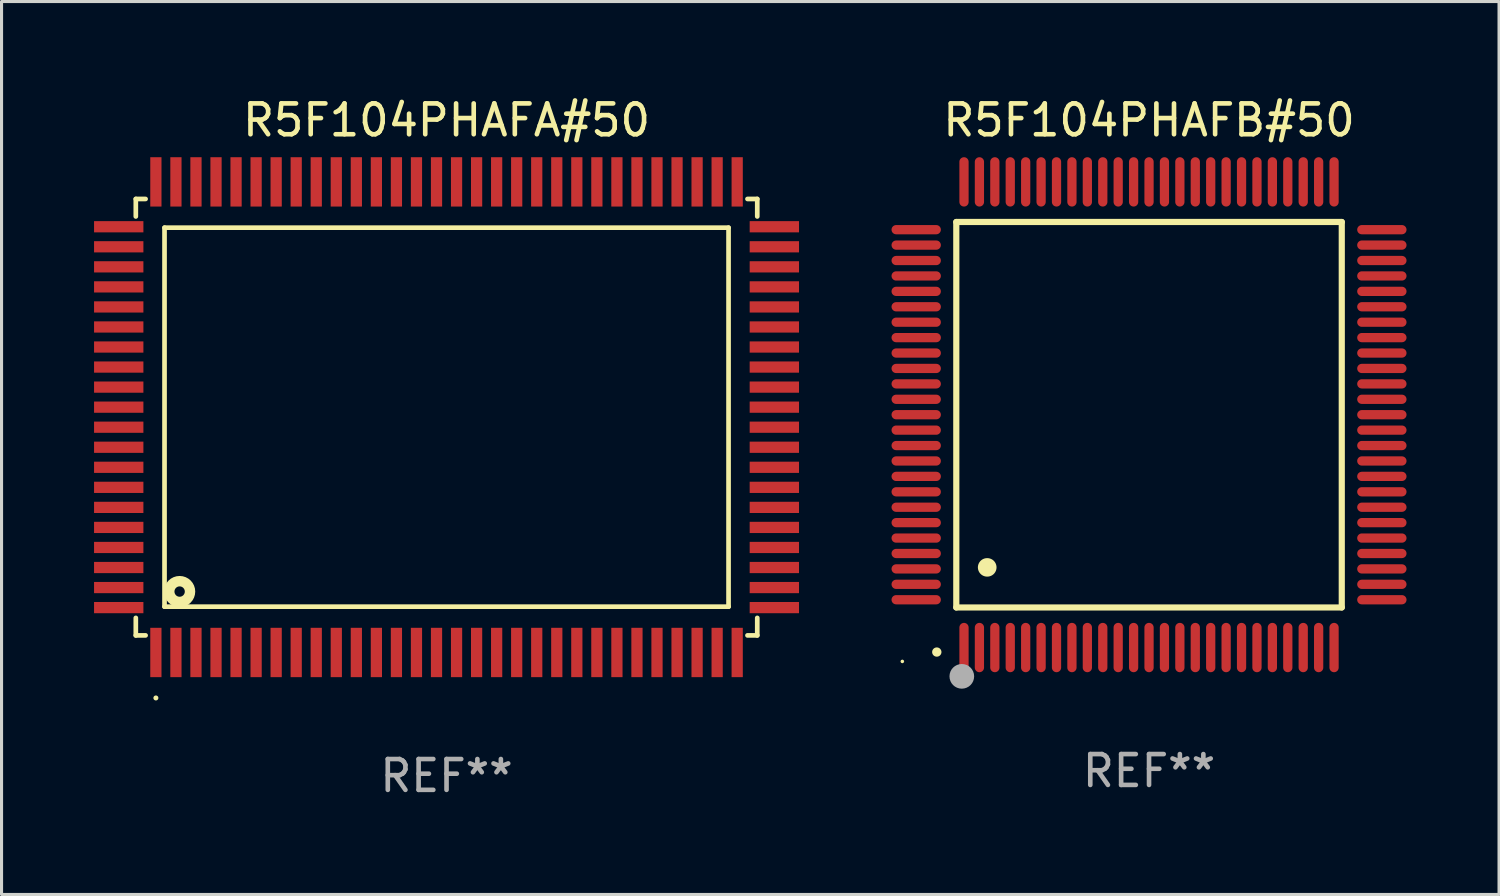
<source format=kicad_pcb>
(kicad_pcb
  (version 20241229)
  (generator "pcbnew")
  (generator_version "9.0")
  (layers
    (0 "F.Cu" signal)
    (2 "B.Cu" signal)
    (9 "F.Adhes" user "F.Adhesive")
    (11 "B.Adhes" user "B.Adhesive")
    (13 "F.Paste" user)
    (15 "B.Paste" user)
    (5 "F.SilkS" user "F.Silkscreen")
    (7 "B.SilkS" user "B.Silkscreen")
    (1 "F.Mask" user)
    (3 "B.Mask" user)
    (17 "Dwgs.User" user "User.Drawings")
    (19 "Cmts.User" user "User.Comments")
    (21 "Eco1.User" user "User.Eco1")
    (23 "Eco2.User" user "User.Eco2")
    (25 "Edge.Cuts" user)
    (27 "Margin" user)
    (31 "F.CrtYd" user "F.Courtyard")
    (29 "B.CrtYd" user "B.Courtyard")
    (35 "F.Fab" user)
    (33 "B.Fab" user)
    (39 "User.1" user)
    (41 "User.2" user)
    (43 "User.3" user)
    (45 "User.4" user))
  (footprint "R5F104PHAFB#50"
    (layer "F.Cu")
    (at 34.21 10.398)
    (property "Reference" "R5F104PHAFB#50" (at 0 -9.55 0) (layer "F.SilkS") (effects (font (size 1 1) (thickness 0.15))))
    (attr through_hole)
    (fp_line (start -6.25 -6.25) (end -6.25 6.25) (stroke (width 0.2) (type solid)) (layer "F.SilkS"))
    (fp_line (start -6.25 6.25) (end 6.25 6.25) (stroke (width 0.2) (type solid)) (layer "F.SilkS"))
    (fp_line (start 6.25 -6.25) (end -6.25 -6.25) (stroke (width 0.2) (type solid)) (layer "F.SilkS"))
    (fp_line (start 6.25 6.25) (end 6.25 -6.25) (stroke (width 0.2) (type solid)) (layer "F.SilkS"))
    (fp_arc (start -6.883414 7.696215) (mid -6.882144 7.69621) (end -6.880874 7.696215) (stroke (width 0.3) (type solid)) (layer "F.SilkS"))
    (fp_arc (start -5.250191 4.95047) (mid -5.247651 4.950459) (end -5.245111 4.95047) (stroke (width 0.6) (type solid)) (layer "F.SilkS"))
    (fp_circle (center -8 8) (end -7.97 8) (stroke (width 0.06) (type solid)) (fill no) (layer "F.SilkS"))
    (fp_circle (center -6.071 8.484) (end -5.871 8.484) (stroke (width 0.4) (type solid)) (fill no) (layer "F.Fab"))
    (fp_text user "REF**" (at 0 11.55 0) (layer "F.Fab") (effects (font (size 1 1) (thickness 0.15))))
    (pad "1" smd oval (at -6 7.55) (size 0.3 1.6) (layers "F.Cu" "F.Mask" "F.Paste"))
    (pad "2" smd oval (at -5.5 7.55) (size 0.3 1.6) (layers "F.Cu" "F.Mask" "F.Paste"))
    (pad "3" smd oval (at -5 7.55) (size 0.3 1.6) (layers "F.Cu" "F.Mask" "F.Paste"))
    (pad "4" smd oval (at -4.5 7.55) (size 0.3 1.6) (layers "F.Cu" "F.Mask" "F.Paste"))
    (pad "5" smd oval (at -4 7.55) (size 0.3 1.6) (layers "F.Cu" "F.Mask" "F.Paste"))
    (pad "6" smd oval (at -3.5 7.55) (size 0.3 1.6) (layers "F.Cu" "F.Mask" "F.Paste"))
    (pad "7" smd oval (at -3 7.55) (size 0.3 1.6) (layers "F.Cu" "F.Mask" "F.Paste"))
    (pad "8" smd oval (at -2.5 7.55) (size 0.3 1.6) (layers "F.Cu" "F.Mask" "F.Paste"))
    (pad "9" smd oval (at -2 7.55) (size 0.3 1.6) (layers "F.Cu" "F.Mask" "F.Paste"))
    (pad "10" smd oval (at -1.5 7.55) (size 0.3 1.6) (layers "F.Cu" "F.Mask" "F.Paste"))
    (pad "11" smd oval (at -1 7.55) (size 0.3 1.6) (layers "F.Cu" "F.Mask" "F.Paste"))
    (pad "12" smd oval (at -0.5 7.55) (size 0.3 1.6) (layers "F.Cu" "F.Mask" "F.Paste"))
    (pad "13" smd oval (at 0 7.55) (size 0.3 1.6) (layers "F.Cu" "F.Mask" "F.Paste"))
    (pad "14" smd oval (at 0.5 7.55) (size 0.3 1.6) (layers "F.Cu" "F.Mask" "F.Paste"))
    (pad "15" smd oval (at 1 7.55) (size 0.3 1.6) (layers "F.Cu" "F.Mask" "F.Paste"))
    (pad "16" smd oval (at 1.5 7.55) (size 0.3 1.6) (layers "F.Cu" "F.Mask" "F.Paste"))
    (pad "17" smd oval (at 2 7.55) (size 0.3 1.6) (layers "F.Cu" "F.Mask" "F.Paste"))
    (pad "18" smd oval (at 2.5 7.55) (size 0.3 1.6) (layers "F.Cu" "F.Mask" "F.Paste"))
    (pad "19" smd oval (at 3 7.55) (size 0.3 1.6) (layers "F.Cu" "F.Mask" "F.Paste"))
    (pad "20" smd oval (at 3.5 7.55) (size 0.3 1.6) (layers "F.Cu" "F.Mask" "F.Paste"))
    (pad "21" smd oval (at 4 7.55) (size 0.3 1.6) (layers "F.Cu" "F.Mask" "F.Paste"))
    (pad "22" smd oval (at 4.5 7.55) (size 0.3 1.6) (layers "F.Cu" "F.Mask" "F.Paste"))
    (pad "23" smd oval (at 5 7.55) (size 0.3 1.6) (layers "F.Cu" "F.Mask" "F.Paste"))
    (pad "24" smd oval (at 5.5 7.55) (size 0.3 1.6) (layers "F.Cu" "F.Mask" "F.Paste"))
    (pad "25" smd oval (at 6 7.55) (size 0.3 1.6) (layers "F.Cu" "F.Mask" "F.Paste"))
    (pad "26" smd oval (at 7.55 6) (size 1.6 0.3) (layers "F.Cu" "F.Mask" "F.Paste"))
    (pad "27" smd oval (at 7.55 5.5) (size 1.6 0.3) (layers "F.Cu" "F.Mask" "F.Paste"))
    (pad "28" smd oval (at 7.55 5) (size 1.6 0.3) (layers "F.Cu" "F.Mask" "F.Paste"))
    (pad "29" smd oval (at 7.55 4.5) (size 1.6 0.3) (layers "F.Cu" "F.Mask" "F.Paste"))
    (pad "30" smd oval (at 7.55 4) (size 1.6 0.3) (layers "F.Cu" "F.Mask" "F.Paste"))
    (pad "31" smd oval (at 7.55 3.5) (size 1.6 0.3) (layers "F.Cu" "F.Mask" "F.Paste"))
    (pad "32" smd oval (at 7.55 3) (size 1.6 0.3) (layers "F.Cu" "F.Mask" "F.Paste"))
    (pad "33" smd oval (at 7.55 2.5) (size 1.6 0.3) (layers "F.Cu" "F.Mask" "F.Paste"))
    (pad "34" smd oval (at 7.55 2) (size 1.6 0.3) (layers "F.Cu" "F.Mask" "F.Paste"))
    (pad "35" smd oval (at 7.55 1.5) (size 1.6 0.3) (layers "F.Cu" "F.Mask" "F.Paste"))
    (pad "36" smd oval (at 7.55 1) (size 1.6 0.3) (layers "F.Cu" "F.Mask" "F.Paste"))
    (pad "37" smd oval (at 7.55 0.5) (size 1.6 0.3) (layers "F.Cu" "F.Mask" "F.Paste"))
    (pad "38" smd oval (at 7.55 0) (size 1.6 0.3) (layers "F.Cu" "F.Mask" "F.Paste"))
    (pad "39" smd oval (at 7.55 -0.5) (size 1.6 0.3) (layers "F.Cu" "F.Mask" "F.Paste"))
    (pad "40" smd oval (at 7.55 -1) (size 1.6 0.3) (layers "F.Cu" "F.Mask" "F.Paste"))
    (pad "41" smd oval (at 7.55 -1.5) (size 1.6 0.3) (layers "F.Cu" "F.Mask" "F.Paste"))
    (pad "42" smd oval (at 7.55 -2) (size 1.6 0.3) (layers "F.Cu" "F.Mask" "F.Paste"))
    (pad "43" smd oval (at 7.55 -2.5) (size 1.6 0.3) (layers "F.Cu" "F.Mask" "F.Paste"))
    (pad "44" smd oval (at 7.55 -3) (size 1.6 0.3) (layers "F.Cu" "F.Mask" "F.Paste"))
    (pad "45" smd oval (at 7.55 -3.5) (size 1.6 0.3) (layers "F.Cu" "F.Mask" "F.Paste"))
    (pad "46" smd oval (at 7.55 -4) (size 1.6 0.3) (layers "F.Cu" "F.Mask" "F.Paste"))
    (pad "47" smd oval (at 7.55 -4.5) (size 1.6 0.3) (layers "F.Cu" "F.Mask" "F.Paste"))
    (pad "48" smd oval (at 7.55 -5) (size 1.6 0.3) (layers "F.Cu" "F.Mask" "F.Paste"))
    (pad "49" smd oval (at 7.55 -5.5) (size 1.6 0.3) (layers "F.Cu" "F.Mask" "F.Paste"))
    (pad "50" smd oval (at 7.55 -6) (size 1.6 0.3) (layers "F.Cu" "F.Mask" "F.Paste"))
    (pad "51" smd oval (at 6 -7.55) (size 0.3 1.6) (layers "F.Cu" "F.Mask" "F.Paste"))
    (pad "52" smd oval (at 5.5 -7.55) (size 0.3 1.6) (layers "F.Cu" "F.Mask" "F.Paste"))
    (pad "53" smd oval (at 5 -7.55) (size 0.3 1.6) (layers "F.Cu" "F.Mask" "F.Paste"))
    (pad "54" smd oval (at 4.5 -7.55) (size 0.3 1.6) (layers "F.Cu" "F.Mask" "F.Paste"))
    (pad "55" smd oval (at 4 -7.55) (size 0.3 1.6) (layers "F.Cu" "F.Mask" "F.Paste"))
    (pad "56" smd oval (at 3.5 -7.55) (size 0.3 1.6) (layers "F.Cu" "F.Mask" "F.Paste"))
    (pad "57" smd oval (at 3 -7.55) (size 0.3 1.6) (layers "F.Cu" "F.Mask" "F.Paste"))
    (pad "58" smd oval (at 2.5 -7.55) (size 0.3 1.6) (layers "F.Cu" "F.Mask" "F.Paste"))
    (pad "59" smd oval (at 2 -7.55) (size 0.3 1.6) (layers "F.Cu" "F.Mask" "F.Paste"))
    (pad "60" smd oval (at 1.5 -7.55) (size 0.3 1.6) (layers "F.Cu" "F.Mask" "F.Paste"))
    (pad "61" smd oval (at 1 -7.55) (size 0.3 1.6) (layers "F.Cu" "F.Mask" "F.Paste"))
    (pad "62" smd oval (at 0.5 -7.55) (size 0.3 1.6) (layers "F.Cu" "F.Mask" "F.Paste"))
    (pad "63" smd oval (at 0 -7.55) (size 0.3 1.6) (layers "F.Cu" "F.Mask" "F.Paste"))
    (pad "64" smd oval (at -0.5 -7.55) (size 0.3 1.6) (layers "F.Cu" "F.Mask" "F.Paste"))
    (pad "65" smd oval (at -1 -7.55) (size 0.3 1.6) (layers "F.Cu" "F.Mask" "F.Paste"))
    (pad "66" smd oval (at -1.5 -7.55) (size 0.3 1.6) (layers "F.Cu" "F.Mask" "F.Paste"))
    (pad "67" smd oval (at -2 -7.55) (size 0.3 1.6) (layers "F.Cu" "F.Mask" "F.Paste"))
    (pad "68" smd oval (at -2.5 -7.55) (size 0.3 1.6) (layers "F.Cu" "F.Mask" "F.Paste"))
    (pad "69" smd oval (at -3 -7.55) (size 0.3 1.6) (layers "F.Cu" "F.Mask" "F.Paste"))
    (pad "70" smd oval (at -3.5 -7.55) (size 0.3 1.6) (layers "F.Cu" "F.Mask" "F.Paste"))
    (pad "71" smd oval (at -4 -7.55) (size 0.3 1.6) (layers "F.Cu" "F.Mask" "F.Paste"))
    (pad "72" smd oval (at -4.5 -7.55) (size 0.3 1.6) (layers "F.Cu" "F.Mask" "F.Paste"))
    (pad "73" smd oval (at -5 -7.55) (size 0.3 1.6) (layers "F.Cu" "F.Mask" "F.Paste"))
    (pad "74" smd oval (at -5.5 -7.55) (size 0.3 1.6) (layers "F.Cu" "F.Mask" "F.Paste"))
    (pad "75" smd oval (at -6 -7.55) (size 0.3 1.6) (layers "F.Cu" "F.Mask" "F.Paste"))
    (pad "76" smd oval (at -7.55 -6) (size 1.6 0.3) (layers "F.Cu" "F.Mask" "F.Paste"))
    (pad "77" smd oval (at -7.55 -5.5) (size 1.6 0.3) (layers "F.Cu" "F.Mask" "F.Paste"))
    (pad "78" smd oval (at -7.55 -5) (size 1.6 0.3) (layers "F.Cu" "F.Mask" "F.Paste"))
    (pad "79" smd oval (at -7.55 -4.5) (size 1.6 0.3) (layers "F.Cu" "F.Mask" "F.Paste"))
    (pad "80" smd oval (at -7.55 -4) (size 1.6 0.3) (layers "F.Cu" "F.Mask" "F.Paste"))
    (pad "81" smd oval (at -7.55 -3.5) (size 1.6 0.3) (layers "F.Cu" "F.Mask" "F.Paste"))
    (pad "82" smd oval (at -7.55 -3) (size 1.6 0.3) (layers "F.Cu" "F.Mask" "F.Paste"))
    (pad "83" smd oval (at -7.55 -2.5) (size 1.6 0.3) (layers "F.Cu" "F.Mask" "F.Paste"))
    (pad "84" smd oval (at -7.55 -2) (size 1.6 0.3) (layers "F.Cu" "F.Mask" "F.Paste"))
    (pad "85" smd oval (at -7.55 -1.5) (size 1.6 0.3) (layers "F.Cu" "F.Mask" "F.Paste"))
    (pad "86" smd oval (at -7.55 -1) (size 1.6 0.3) (layers "F.Cu" "F.Mask" "F.Paste"))
    (pad "87" smd oval (at -7.55 -0.5) (size 1.6 0.3) (layers "F.Cu" "F.Mask" "F.Paste"))
    (pad "88" smd oval (at -7.55 0) (size 1.6 0.3) (layers "F.Cu" "F.Mask" "F.Paste"))
    (pad "89" smd oval (at -7.55 0.5) (size 1.6 0.3) (layers "F.Cu" "F.Mask" "F.Paste"))
    (pad "90" smd oval (at -7.55 1) (size 1.6 0.3) (layers "F.Cu" "F.Mask" "F.Paste"))
    (pad "91" smd oval (at -7.55 1.5) (size 1.6 0.3) (layers "F.Cu" "F.Mask" "F.Paste"))
    (pad "92" smd oval (at -7.55 2) (size 1.6 0.3) (layers "F.Cu" "F.Mask" "F.Paste"))
    (pad "93" smd oval (at -7.55 2.5) (size 1.6 0.3) (layers "F.Cu" "F.Mask" "F.Paste"))
    (pad "94" smd oval (at -7.55 3) (size 1.6 0.3) (layers "F.Cu" "F.Mask" "F.Paste"))
    (pad "95" smd oval (at -7.55 3.5) (size 1.6 0.3) (layers "F.Cu" "F.Mask" "F.Paste"))
    (pad "96" smd oval (at -7.55 4) (size 1.6 0.3) (layers "F.Cu" "F.Mask" "F.Paste"))
    (pad "97" smd oval (at -7.55 4.5) (size 1.6 0.3) (layers "F.Cu" "F.Mask" "F.Paste"))
    (pad "98" smd oval (at -7.55 5) (size 1.6 0.3) (layers "F.Cu" "F.Mask" "F.Paste"))
    (pad "99" smd oval (at -7.55 5.5) (size 1.6 0.3) (layers "F.Cu" "F.Mask" "F.Paste"))
    (pad "100" smd oval (at -7.55 6) (size 1.6 0.3) (layers "F.Cu" "F.Mask" "F.Paste")))
  (footprint "R5F104PHAFA#50"
    (layer "F.Cu")
    (at 11.43 10.478)
    (property "Reference" "R5F104PHAFA#50" (at 0 -9.63 0) (layer "F.SilkS") (effects (font (size 1 1) (thickness 0.15))))
    (attr through_hole)
    (fp_line (start -10.076 -7.076) (end -10.076 -6.509) (stroke (width 0.152) (type solid)) (layer "F.SilkS"))
    (fp_line (start -10.076 7.076) (end -10.076 6.509) (stroke (width 0.152) (type solid)) (layer "F.SilkS"))
    (fp_line (start -9.759 -7.076) (end -10.076 -7.076) (stroke (width 0.152) (type solid)) (layer "F.SilkS"))
    (fp_line (start -9.759 7.076) (end -10.076 7.076) (stroke (width 0.152) (type solid)) (layer "F.SilkS"))
    (fp_line (start -9.145 -6.145) (end 9.145 -6.145) (stroke (width 0.152) (type solid)) (layer "F.SilkS"))
    (fp_line (start -9.145 6.145) (end -9.145 -6.145) (stroke (width 0.152) (type solid)) (layer "F.SilkS"))
    (fp_line (start 9.145 -6.145) (end 9.145 6.145) (stroke (width 0.152) (type solid)) (layer "F.SilkS"))
    (fp_line (start 9.145 6.145) (end -9.145 6.145) (stroke (width 0.152) (type solid)) (layer "F.SilkS"))
    (fp_line (start 9.759 -7.076) (end 10.076 -7.076) (stroke (width 0.152) (type solid)) (layer "F.SilkS"))
    (fp_line (start 9.759 7.076) (end 10.076 7.076) (stroke (width 0.152) (type solid)) (layer "F.SilkS"))
    (fp_line (start 10.076 -7.076) (end 10.076 -6.509) (stroke (width 0.152) (type solid)) (layer "F.SilkS"))
    (fp_line (start 10.076 7.076) (end 10.076 6.509) (stroke (width 0.152) (type solid)) (layer "F.SilkS"))
    (fp_circle (center -9.425 9.105) (end -9.384 9.105) (stroke (width 0.081) (type solid)) (fill no) (layer "F.SilkS"))
    (fp_circle (center -8.655 5.655) (end -8.487 5.655) (stroke (width 0.338) (type solid)) (fill no) (layer "F.SilkS"))
    (fp_text user "REF**" (at 0 11.63 0) (layer "F.Fab") (effects (font (size 1 1) (thickness 0.15))))
    (pad "1" smd rect (at -9.425 7.63) (size 0.364 1.6) (layers "F.Cu" "F.Mask" "F.Paste"))
    (pad "2" smd rect (at -8.775 7.63) (size 0.364 1.6) (layers "F.Cu" "F.Mask" "F.Paste"))
    (pad "3" smd rect (at -8.125 7.63) (size 0.364 1.6) (layers "F.Cu" "F.Mask" "F.Paste"))
    (pad "4" smd rect (at -7.475 7.63) (size 0.364 1.6) (layers "F.Cu" "F.Mask" "F.Paste"))
    (pad "5" smd rect (at -6.825 7.63) (size 0.364 1.6) (layers "F.Cu" "F.Mask" "F.Paste"))
    (pad "6" smd rect (at -6.175 7.63) (size 0.364 1.6) (layers "F.Cu" "F.Mask" "F.Paste"))
    (pad "7" smd rect (at -5.525 7.63) (size 0.364 1.6) (layers "F.Cu" "F.Mask" "F.Paste"))
    (pad "8" smd rect (at -4.875 7.63) (size 0.364 1.6) (layers "F.Cu" "F.Mask" "F.Paste"))
    (pad "9" smd rect (at -4.225 7.63) (size 0.364 1.6) (layers "F.Cu" "F.Mask" "F.Paste"))
    (pad "10" smd rect (at -3.575 7.63) (size 0.364 1.6) (layers "F.Cu" "F.Mask" "F.Paste"))
    (pad "11" smd rect (at -2.925 7.63) (size 0.364 1.6) (layers "F.Cu" "F.Mask" "F.Paste"))
    (pad "12" smd rect (at -2.275 7.63) (size 0.364 1.6) (layers "F.Cu" "F.Mask" "F.Paste"))
    (pad "13" smd rect (at -1.625 7.63) (size 0.364 1.6) (layers "F.Cu" "F.Mask" "F.Paste"))
    (pad "14" smd rect (at -0.975 7.63) (size 0.364 1.6) (layers "F.Cu" "F.Mask" "F.Paste"))
    (pad "15" smd rect (at -0.325 7.63) (size 0.364 1.6) (layers "F.Cu" "F.Mask" "F.Paste"))
    (pad "16" smd rect (at 0.325 7.63) (size 0.364 1.6) (layers "F.Cu" "F.Mask" "F.Paste"))
    (pad "17" smd rect (at 0.975 7.63) (size 0.364 1.6) (layers "F.Cu" "F.Mask" "F.Paste"))
    (pad "18" smd rect (at 1.625 7.63) (size 0.364 1.6) (layers "F.Cu" "F.Mask" "F.Paste"))
    (pad "19" smd rect (at 2.275 7.63) (size 0.364 1.6) (layers "F.Cu" "F.Mask" "F.Paste"))
    (pad "20" smd rect (at 2.925 7.63) (size 0.364 1.6) (layers "F.Cu" "F.Mask" "F.Paste"))
    (pad "21" smd rect (at 3.575 7.63) (size 0.364 1.6) (layers "F.Cu" "F.Mask" "F.Paste"))
    (pad "22" smd rect (at 4.225 7.63) (size 0.364 1.6) (layers "F.Cu" "F.Mask" "F.Paste"))
    (pad "23" smd rect (at 4.875 7.63) (size 0.364 1.6) (layers "F.Cu" "F.Mask" "F.Paste"))
    (pad "24" smd rect (at 5.525 7.63) (size 0.364 1.6) (layers "F.Cu" "F.Mask" "F.Paste"))
    (pad "25" smd rect (at 6.175 7.63) (size 0.364 1.6) (layers "F.Cu" "F.Mask" "F.Paste"))
    (pad "26" smd rect (at 6.825 7.63) (size 0.364 1.6) (layers "F.Cu" "F.Mask" "F.Paste"))
    (pad "27" smd rect (at 7.475 7.63) (size 0.364 1.6) (layers "F.Cu" "F.Mask" "F.Paste"))
    (pad "28" smd rect (at 8.125 7.63) (size 0.364 1.6) (layers "F.Cu" "F.Mask" "F.Paste"))
    (pad "29" smd rect (at 8.775 7.63) (size 0.364 1.6) (layers "F.Cu" "F.Mask" "F.Paste"))
    (pad "30" smd rect (at 9.425 7.63) (size 0.364 1.6) (layers "F.Cu" "F.Mask" "F.Paste"))
    (pad "31" smd rect (at 10.63 6.175) (size 1.6 0.364) (layers "F.Cu" "F.Mask" "F.Paste"))
    (pad "32" smd rect (at 10.63 5.525) (size 1.6 0.364) (layers "F.Cu" "F.Mask" "F.Paste"))
    (pad "33" smd rect (at 10.63 4.875) (size 1.6 0.364) (layers "F.Cu" "F.Mask" "F.Paste"))
    (pad "34" smd rect (at 10.63 4.225) (size 1.6 0.364) (layers "F.Cu" "F.Mask" "F.Paste"))
    (pad "35" smd rect (at 10.63 3.575) (size 1.6 0.364) (layers "F.Cu" "F.Mask" "F.Paste"))
    (pad "36" smd rect (at 10.63 2.925) (size 1.6 0.364) (layers "F.Cu" "F.Mask" "F.Paste"))
    (pad "37" smd rect (at 10.63 2.275) (size 1.6 0.364) (layers "F.Cu" "F.Mask" "F.Paste"))
    (pad "38" smd rect (at 10.63 1.625) (size 1.6 0.364) (layers "F.Cu" "F.Mask" "F.Paste"))
    (pad "39" smd rect (at 10.63 0.975) (size 1.6 0.364) (layers "F.Cu" "F.Mask" "F.Paste"))
    (pad "40" smd rect (at 10.63 0.325) (size 1.6 0.364) (layers "F.Cu" "F.Mask" "F.Paste"))
    (pad "41" smd rect (at 10.63 -0.325) (size 1.6 0.364) (layers "F.Cu" "F.Mask" "F.Paste"))
    (pad "42" smd rect (at 10.63 -0.975) (size 1.6 0.364) (layers "F.Cu" "F.Mask" "F.Paste"))
    (pad "43" smd rect (at 10.63 -1.625) (size 1.6 0.364) (layers "F.Cu" "F.Mask" "F.Paste"))
    (pad "44" smd rect (at 10.63 -2.275) (size 1.6 0.364) (layers "F.Cu" "F.Mask" "F.Paste"))
    (pad "45" smd rect (at 10.63 -2.925) (size 1.6 0.364) (layers "F.Cu" "F.Mask" "F.Paste"))
    (pad "46" smd rect (at 10.63 -3.575) (size 1.6 0.364) (layers "F.Cu" "F.Mask" "F.Paste"))
    (pad "47" smd rect (at 10.63 -4.225) (size 1.6 0.364) (layers "F.Cu" "F.Mask" "F.Paste"))
    (pad "48" smd rect (at 10.63 -4.875) (size 1.6 0.364) (layers "F.Cu" "F.Mask" "F.Paste"))
    (pad "49" smd rect (at 10.63 -5.525) (size 1.6 0.364) (layers "F.Cu" "F.Mask" "F.Paste"))
    (pad "50" smd rect (at 10.63 -6.175) (size 1.6 0.364) (layers "F.Cu" "F.Mask" "F.Paste"))
    (pad "51" smd rect (at 9.425 -7.63) (size 0.364 1.6) (layers "F.Cu" "F.Mask" "F.Paste"))
    (pad "52" smd rect (at 8.775 -7.63) (size 0.364 1.6) (layers "F.Cu" "F.Mask" "F.Paste"))
    (pad "53" smd rect (at 8.125 -7.63) (size 0.364 1.6) (layers "F.Cu" "F.Mask" "F.Paste"))
    (pad "54" smd rect (at 7.475 -7.63) (size 0.364 1.6) (layers "F.Cu" "F.Mask" "F.Paste"))
    (pad "55" smd rect (at 6.825 -7.63) (size 0.364 1.6) (layers "F.Cu" "F.Mask" "F.Paste"))
    (pad "56" smd rect (at 6.175 -7.63) (size 0.364 1.6) (layers "F.Cu" "F.Mask" "F.Paste"))
    (pad "57" smd rect (at 5.525 -7.63) (size 0.364 1.6) (layers "F.Cu" "F.Mask" "F.Paste"))
    (pad "58" smd rect (at 4.875 -7.63) (size 0.364 1.6) (layers "F.Cu" "F.Mask" "F.Paste"))
    (pad "59" smd rect (at 4.225 -7.63) (size 0.364 1.6) (layers "F.Cu" "F.Mask" "F.Paste"))
    (pad "60" smd rect (at 3.575 -7.63) (size 0.364 1.6) (layers "F.Cu" "F.Mask" "F.Paste"))
    (pad "61" smd rect (at 2.925 -7.63) (size 0.364 1.6) (layers "F.Cu" "F.Mask" "F.Paste"))
    (pad "62" smd rect (at 2.275 -7.63) (size 0.364 1.6) (layers "F.Cu" "F.Mask" "F.Paste"))
    (pad "63" smd rect (at 1.625 -7.63) (size 0.364 1.6) (layers "F.Cu" "F.Mask" "F.Paste"))
    (pad "64" smd rect (at 0.975 -7.63) (size 0.364 1.6) (layers "F.Cu" "F.Mask" "F.Paste"))
    (pad "65" smd rect (at 0.325 -7.63) (size 0.364 1.6) (layers "F.Cu" "F.Mask" "F.Paste"))
    (pad "66" smd rect (at -0.325 -7.63) (size 0.364 1.6) (layers "F.Cu" "F.Mask" "F.Paste"))
    (pad "67" smd rect (at -0.975 -7.63) (size 0.364 1.6) (layers "F.Cu" "F.Mask" "F.Paste"))
    (pad "68" smd rect (at -1.625 -7.63) (size 0.364 1.6) (layers "F.Cu" "F.Mask" "F.Paste"))
    (pad "69" smd rect (at -2.275 -7.63) (size 0.364 1.6) (layers "F.Cu" "F.Mask" "F.Paste"))
    (pad "70" smd rect (at -2.925 -7.63) (size 0.364 1.6) (layers "F.Cu" "F.Mask" "F.Paste"))
    (pad "71" smd rect (at -3.575 -7.63) (size 0.364 1.6) (layers "F.Cu" "F.Mask" "F.Paste"))
    (pad "72" smd rect (at -4.225 -7.63) (size 0.364 1.6) (layers "F.Cu" "F.Mask" "F.Paste"))
    (pad "73" smd rect (at -4.875 -7.63) (size 0.364 1.6) (layers "F.Cu" "F.Mask" "F.Paste"))
    (pad "74" smd rect (at -5.525 -7.63) (size 0.364 1.6) (layers "F.Cu" "F.Mask" "F.Paste"))
    (pad "75" smd rect (at -6.175 -7.63) (size 0.364 1.6) (layers "F.Cu" "F.Mask" "F.Paste"))
    (pad "76" smd rect (at -6.825 -7.63) (size 0.364 1.6) (layers "F.Cu" "F.Mask" "F.Paste"))
    (pad "77" smd rect (at -7.475 -7.63) (size 0.364 1.6) (layers "F.Cu" "F.Mask" "F.Paste"))
    (pad "78" smd rect (at -8.125 -7.63) (size 0.364 1.6) (layers "F.Cu" "F.Mask" "F.Paste"))
    (pad "79" smd rect (at -8.775 -7.63) (size 0.364 1.6) (layers "F.Cu" "F.Mask" "F.Paste"))
    (pad "80" smd rect (at -9.425 -7.63) (size 0.364 1.6) (layers "F.Cu" "F.Mask" "F.Paste"))
    (pad "81" smd rect (at -10.63 -6.175) (size 1.6 0.364) (layers "F.Cu" "F.Mask" "F.Paste"))
    (pad "82" smd rect (at -10.63 -5.525) (size 1.6 0.364) (layers "F.Cu" "F.Mask" "F.Paste"))
    (pad "83" smd rect (at -10.63 -4.875) (size 1.6 0.364) (layers "F.Cu" "F.Mask" "F.Paste"))
    (pad "84" smd rect (at -10.63 -4.225) (size 1.6 0.364) (layers "F.Cu" "F.Mask" "F.Paste"))
    (pad "85" smd rect (at -10.63 -3.575) (size 1.6 0.364) (layers "F.Cu" "F.Mask" "F.Paste"))
    (pad "86" smd rect (at -10.63 -2.925) (size 1.6 0.364) (layers "F.Cu" "F.Mask" "F.Paste"))
    (pad "87" smd rect (at -10.63 -2.275) (size 1.6 0.364) (layers "F.Cu" "F.Mask" "F.Paste"))
    (pad "88" smd rect (at -10.63 -1.625) (size 1.6 0.364) (layers "F.Cu" "F.Mask" "F.Paste"))
    (pad "89" smd rect (at -10.63 -0.975) (size 1.6 0.364) (layers "F.Cu" "F.Mask" "F.Paste"))
    (pad "90" smd rect (at -10.63 -0.325) (size 1.6 0.364) (layers "F.Cu" "F.Mask" "F.Paste"))
    (pad "91" smd rect (at -10.63 0.325) (size 1.6 0.364) (layers "F.Cu" "F.Mask" "F.Paste"))
    (pad "92" smd rect (at -10.63 0.975) (size 1.6 0.364) (layers "F.Cu" "F.Mask" "F.Paste"))
    (pad "93" smd rect (at -10.63 1.625) (size 1.6 0.364) (layers "F.Cu" "F.Mask" "F.Paste"))
    (pad "94" smd rect (at -10.63 2.275) (size 1.6 0.364) (layers "F.Cu" "F.Mask" "F.Paste"))
    (pad "95" smd rect (at -10.63 2.925) (size 1.6 0.364) (layers "F.Cu" "F.Mask" "F.Paste"))
    (pad "96" smd rect (at -10.63 3.575) (size 1.6 0.364) (layers "F.Cu" "F.Mask" "F.Paste"))
    (pad "97" smd rect (at -10.63 4.225) (size 1.6 0.364) (layers "F.Cu" "F.Mask" "F.Paste"))
    (pad "98" smd rect (at -10.63 4.875) (size 1.6 0.364) (layers "F.Cu" "F.Mask" "F.Paste"))
    (pad "99" smd rect (at -10.63 5.525) (size 1.6 0.364) (layers "F.Cu" "F.Mask" "F.Paste"))
    (pad "100" smd rect (at -10.63 6.175) (size 1.6 0.364) (layers "F.Cu" "F.Mask" "F.Paste")))
  (gr_rect
    (start -3 -3)
    (end 45.56 25.956)
    (stroke (width 0.1) (type default))
    (fill no)
    (layer "Edge.Cuts")))
</source>
